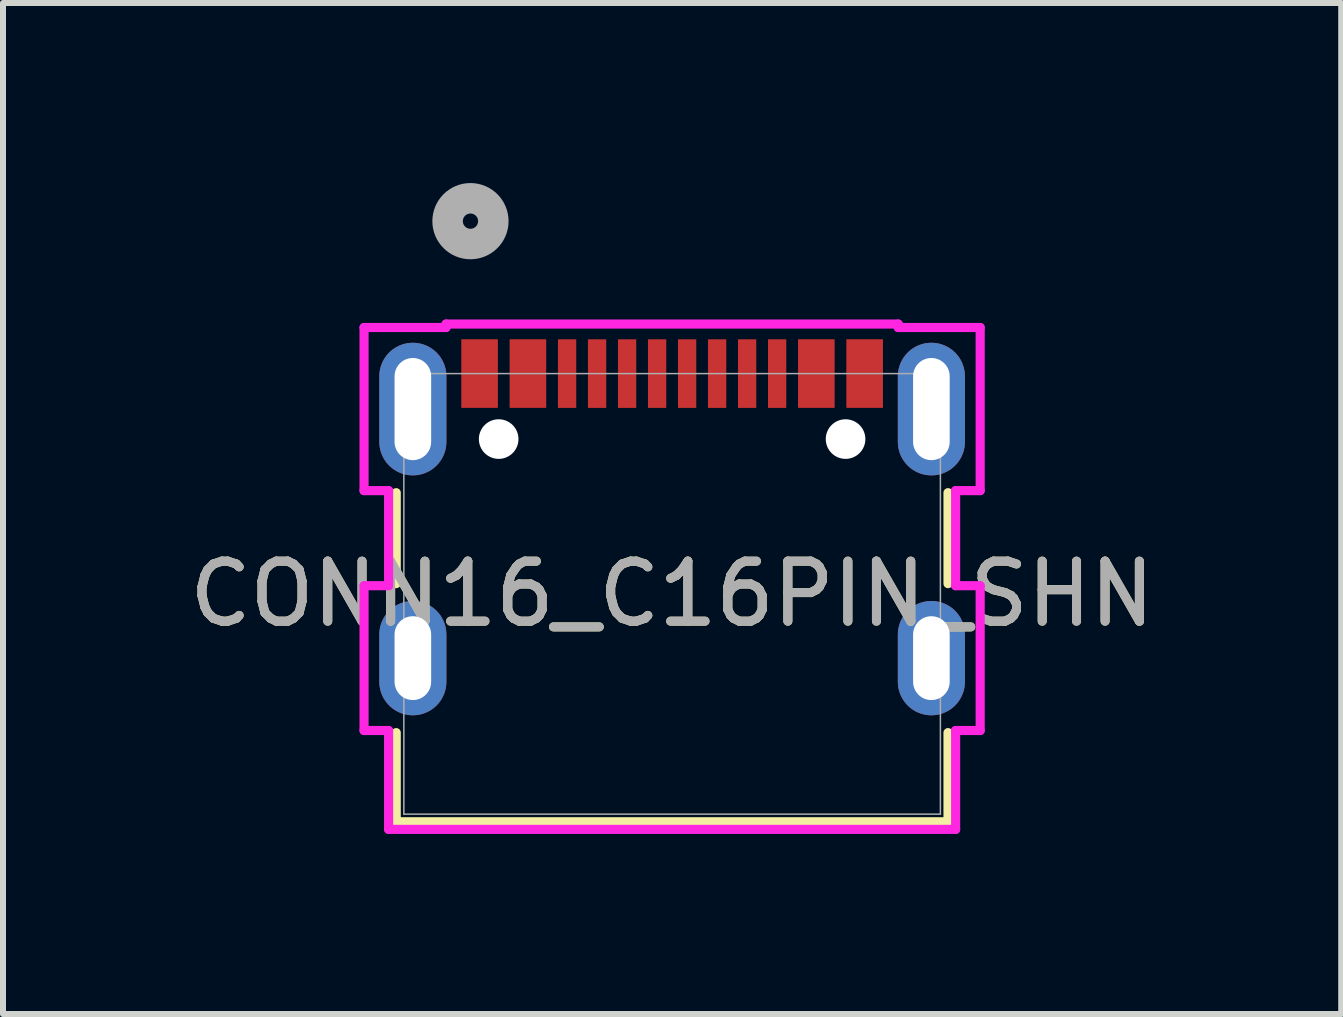
<source format=kicad_pcb>
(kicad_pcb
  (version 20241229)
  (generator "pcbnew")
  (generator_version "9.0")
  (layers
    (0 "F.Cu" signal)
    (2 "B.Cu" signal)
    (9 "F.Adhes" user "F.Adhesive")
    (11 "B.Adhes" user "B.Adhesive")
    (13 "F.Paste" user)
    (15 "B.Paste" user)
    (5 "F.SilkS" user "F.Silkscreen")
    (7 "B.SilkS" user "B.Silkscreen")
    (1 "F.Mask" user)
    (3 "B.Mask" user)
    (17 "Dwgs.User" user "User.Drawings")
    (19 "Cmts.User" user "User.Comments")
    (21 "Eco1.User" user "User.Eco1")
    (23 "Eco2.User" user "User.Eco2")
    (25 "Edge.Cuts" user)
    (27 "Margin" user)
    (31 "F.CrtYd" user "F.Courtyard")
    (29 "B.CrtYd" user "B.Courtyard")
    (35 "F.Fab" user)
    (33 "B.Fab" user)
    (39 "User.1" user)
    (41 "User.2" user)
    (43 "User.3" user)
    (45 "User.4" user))
  (footprint "CONN16_C16PIN_SHN"
    (layer "F.Cu")
    (at 8.149 6.845)
    (property "Reference" "CONN16_C16PIN_SHN" (at 0 0 0) (unlocked yes) (layer "F.SilkS") (effects (font (size 1 1) (thickness 0.15))))
    (attr smd)
    (fp_poly (pts (xy -3.513 -3.099) (xy -3.513 -4.242) (xy -2.903 -4.242) (xy -2.903 -3.099)) (stroke (width 0) (type solid)) (fill yes) (layer "F.Cu"))
    (fp_poly (pts (xy -2.708 -4.242) (xy -2.098 -4.242) (xy -2.098 -3.099) (xy -2.708 -3.099)) (stroke (width 0) (type solid)) (fill yes) (layer "F.Cu"))
    (fp_poly (pts (xy 2.708 -4.242) (xy 2.708 -3.099) (xy 2.098 -3.099) (xy 2.098 -4.242)) (stroke (width 0) (type solid)) (fill yes) (layer "F.Cu"))
    (fp_poly (pts (xy 3.513 -4.242) (xy 3.513 -3.099) (xy 2.903 -3.099) (xy 2.903 -4.242)) (stroke (width 0) (type solid)) (fill yes) (layer "F.Cu"))
    (fp_poly (pts (xy -3.513 -3.099) (xy -3.513 -4.242) (xy -2.903 -4.242) (xy -2.903 -3.099)) (stroke (width 0) (type solid)) (fill yes) (layer "F.Mask"))
    (fp_poly (pts (xy -2.708 -4.242) (xy -2.098 -4.242) (xy -2.098 -3.099) (xy -2.708 -3.099)) (stroke (width 0) (type solid)) (fill yes) (layer "F.Mask"))
    (fp_poly (pts (xy 2.708 -4.242) (xy 2.708 -3.099) (xy 2.098 -3.099) (xy 2.098 -4.242)) (stroke (width 0) (type solid)) (fill yes) (layer "F.Mask"))
    (fp_poly (pts (xy 3.513 -4.242) (xy 3.513 -3.099) (xy 2.903 -3.099) (xy 2.903 -4.242)) (stroke (width 0) (type solid)) (fill yes) (layer "F.Mask"))
    (fp_line (start -4.597 -1.686) (end -4.597 -0.17) (stroke (width 0.152) (type solid)) (layer "F.SilkS"))
    (fp_line (start -4.597 2.312) (end -4.597 3.797) (stroke (width 0.152) (type solid)) (layer "F.SilkS"))
    (fp_line (start -4.597 3.797) (end 4.597 3.797) (stroke (width 0.152) (type solid)) (layer "F.SilkS"))
    (fp_line (start 4.597 -0.17) (end 4.597 -1.686) (stroke (width 0.152) (type solid)) (layer "F.SilkS"))
    (fp_line (start 4.597 3.797) (end 4.597 2.312) (stroke (width 0.152) (type solid)) (layer "F.SilkS"))
    (fp_poly (pts (xy -3.513 -3.099) (xy -3.513 -4.242) (xy -2.903 -4.242) (xy -2.903 -3.099)) (stroke (width 0) (type solid)) (fill yes) (layer "F.Paste"))
    (fp_poly (pts (xy -2.708 -4.242) (xy -2.098 -4.242) (xy -2.098 -3.099) (xy -2.708 -3.099)) (stroke (width 0) (type solid)) (fill yes) (layer "F.Paste"))
    (fp_poly (pts (xy 2.708 -4.242) (xy 2.708 -3.099) (xy 2.098 -3.099) (xy 2.098 -4.242)) (stroke (width 0) (type solid)) (fill yes) (layer "F.Paste"))
    (fp_poly (pts (xy 3.513 -4.242) (xy 3.513 -3.099) (xy 2.903 -3.099) (xy 2.903 -4.242)) (stroke (width 0) (type solid)) (fill yes) (layer "F.Paste"))
    (fp_line (start -5.133 -0.136) (end -5.133 2.277) (stroke (width 0.152) (type solid)) (layer "F.CrtYd"))
    (fp_line (start -5.133 2.277) (end -4.724 2.277) (stroke (width 0.152) (type solid)) (layer "F.CrtYd"))
    (fp_line (start -5.133 -4.438) (end -5.133 -1.72) (stroke (width 0.152) (type solid)) (layer "F.CrtYd"))
    (fp_line (start -5.133 -1.72) (end -4.724 -1.72) (stroke (width 0.152) (type solid)) (layer "F.CrtYd"))
    (fp_line (start -4.724 -1.72) (end -4.724 -0.136) (stroke (width 0.152) (type solid)) (layer "F.CrtYd"))
    (fp_line (start -4.724 -0.136) (end -5.133 -0.136) (stroke (width 0.152) (type solid)) (layer "F.CrtYd"))
    (fp_line (start -4.724 2.277) (end -4.724 3.924) (stroke (width 0.152) (type solid)) (layer "F.CrtYd"))
    (fp_line (start -4.724 3.924) (end 4.724 3.924) (stroke (width 0.152) (type solid)) (layer "F.CrtYd"))
    (fp_line (start -3.767 -4.496) (end -3.767 -4.438) (stroke (width 0.152) (type solid)) (layer "F.CrtYd"))
    (fp_line (start -3.767 -4.438) (end -5.133 -4.438) (stroke (width 0.152) (type solid)) (layer "F.CrtYd"))
    (fp_line (start 3.767 -4.496) (end -3.767 -4.496) (stroke (width 0.152) (type solid)) (layer "F.CrtYd"))
    (fp_line (start 3.767 -4.438) (end 3.767 -4.496) (stroke (width 0.152) (type solid)) (layer "F.CrtYd"))
    (fp_line (start 4.724 -1.72) (end 5.133 -1.72) (stroke (width 0.152) (type solid)) (layer "F.CrtYd"))
    (fp_line (start 4.724 -0.136) (end 4.724 -1.72) (stroke (width 0.152) (type solid)) (layer "F.CrtYd"))
    (fp_line (start 4.724 2.277) (end 5.133 2.277) (stroke (width 0.152) (type solid)) (layer "F.CrtYd"))
    (fp_line (start 4.724 3.924) (end 4.724 2.277) (stroke (width 0.152) (type solid)) (layer "F.CrtYd"))
    (fp_line (start 5.133 -4.438) (end 3.767 -4.438) (stroke (width 0.152) (type solid)) (layer "F.CrtYd"))
    (fp_line (start 5.133 -1.72) (end 5.133 -4.438) (stroke (width 0.152) (type solid)) (layer "F.CrtYd"))
    (fp_line (start 5.133 -0.136) (end 4.724 -0.136) (stroke (width 0.152) (type solid)) (layer "F.CrtYd"))
    (fp_line (start 5.133 2.277) (end 5.133 -0.136) (stroke (width 0.152) (type solid)) (layer "F.CrtYd"))
    (fp_line (start -4.47 -3.67) (end -4.47 3.67) (stroke (width 0.025) (type solid)) (layer "F.Fab"))
    (fp_line (start -4.47 3.67) (end 4.47 3.67) (stroke (width 0.025) (type solid)) (layer "F.Fab"))
    (fp_line (start 4.47 -3.67) (end -4.47 -3.67) (stroke (width 0.025) (type solid)) (layer "F.Fab"))
    (fp_line (start 4.47 3.67) (end 4.47 -3.67) (stroke (width 0.025) (type solid)) (layer "F.Fab"))
    (fp_circle (center -3.36 -6.21) (end -2.979 -6.21) (stroke (width 0.508) (type solid)) (fill no) (layer "F.Fab"))
    (fp_text user "${REFERENCE}" (at 0 0 0) (unlocked yes) (layer "F.Fab") (effects (font (size 1 1) (thickness 0.15))))
    (pad "" np_thru_hole oval (at -4.32 1.071 90) (size 1.905 1.118) (drill oval 1.397 0.61) (layers "*.Cu" "*.Mask"))
    (pad "" np_thru_hole oval (at -4.32 -3.079 90) (size 2.21 1.118) (drill oval 1.702 0.61) (layers "*.Cu" "*.Mask"))
    (pad "" np_thru_hole circle (at -2.89 -2.579) (size 0.66 0.66) (drill 0.66) (layers "*.Cu" "*.Mask"))
    (pad "" np_thru_hole circle (at 2.89 -2.579) (size 0.66 0.66) (drill 0.66) (layers "*.Cu" "*.Mask"))
    (pad "" np_thru_hole oval (at 4.32 -3.079 90) (size 2.21 1.118) (drill oval 1.702 0.61) (layers "*.Cu" "*.Mask"))
    (pad "" np_thru_hole oval (at 4.32 1.071 90) (size 1.905 1.118) (drill oval 1.397 0.61) (layers "*.Cu" "*.Mask"))
    (pad "A1" smd rect (at -3.36 -3.67) (size 0.127 0.127) (layers "F.Cu" "F.Mask" "F.Paste"))
    (pad "A4" smd rect (at -2.555 -3.67) (size 0.127 0.127) (layers "F.Cu" "F.Mask" "F.Paste"))
    (pad "A5" smd rect (at -1.25 -3.67) (size 0.305 1.143) (layers "F.Cu" "F.Mask" "F.Paste"))
    (pad "A6" smd rect (at -0.25 -3.67) (size 0.305 1.143) (layers "F.Cu" "F.Mask" "F.Paste"))
    (pad "A7" smd rect (at 0.25 -3.67) (size 0.305 1.143) (layers "F.Cu" "F.Mask" "F.Paste"))
    (pad "A8" smd rect (at -1.75 -3.67) (size 0.305 1.143) (layers "F.Cu" "F.Mask" "F.Paste"))
    (pad "A9" smd rect (at 2.555 -3.67) (size 0.127 0.127) (layers "F.Cu" "F.Mask" "F.Paste"))
    (pad "A12" smd rect (at 3.36 -3.67) (size 0.127 0.127) (layers "F.Cu" "F.Mask" "F.Paste"))
    (pad "B1" smd rect (at 3.055 -3.67) (size 0.127 0.127) (layers "F.Cu" "F.Mask" "F.Paste"))
    (pad "B4" smd rect (at 2.251 -3.67) (size 0.127 0.127) (layers "F.Cu" "F.Mask" "F.Paste"))
    (pad "B5" smd rect (at 1.75 -3.67) (size 0.305 1.143) (layers "F.Cu" "F.Mask" "F.Paste"))
    (pad "B6" smd rect (at 0.75 -3.67) (size 0.305 1.143) (layers "F.Cu" "F.Mask" "F.Paste"))
    (pad "B7" smd rect (at -0.75 -3.67) (size 0.305 1.143) (layers "F.Cu" "F.Mask" "F.Paste"))
    (pad "B8" smd rect (at 1.25 -3.67) (size 0.305 1.143) (layers "F.Cu" "F.Mask" "F.Paste"))
    (pad "B9" smd rect (at -2.251 -3.67) (size 0.127 0.127) (layers "F.Cu" "F.Mask" "F.Paste"))
    (pad "B12" smd rect (at -3.055 -3.67) (size 0.127 0.127) (layers "F.Cu" "F.Mask" "F.Paste")))
  (gr_rect
    (start -3 -3)
    (end 19.298 13.846)
    (stroke (width 0.1) (type default))
    (fill no)
    (layer "Edge.Cuts")))
</source>
